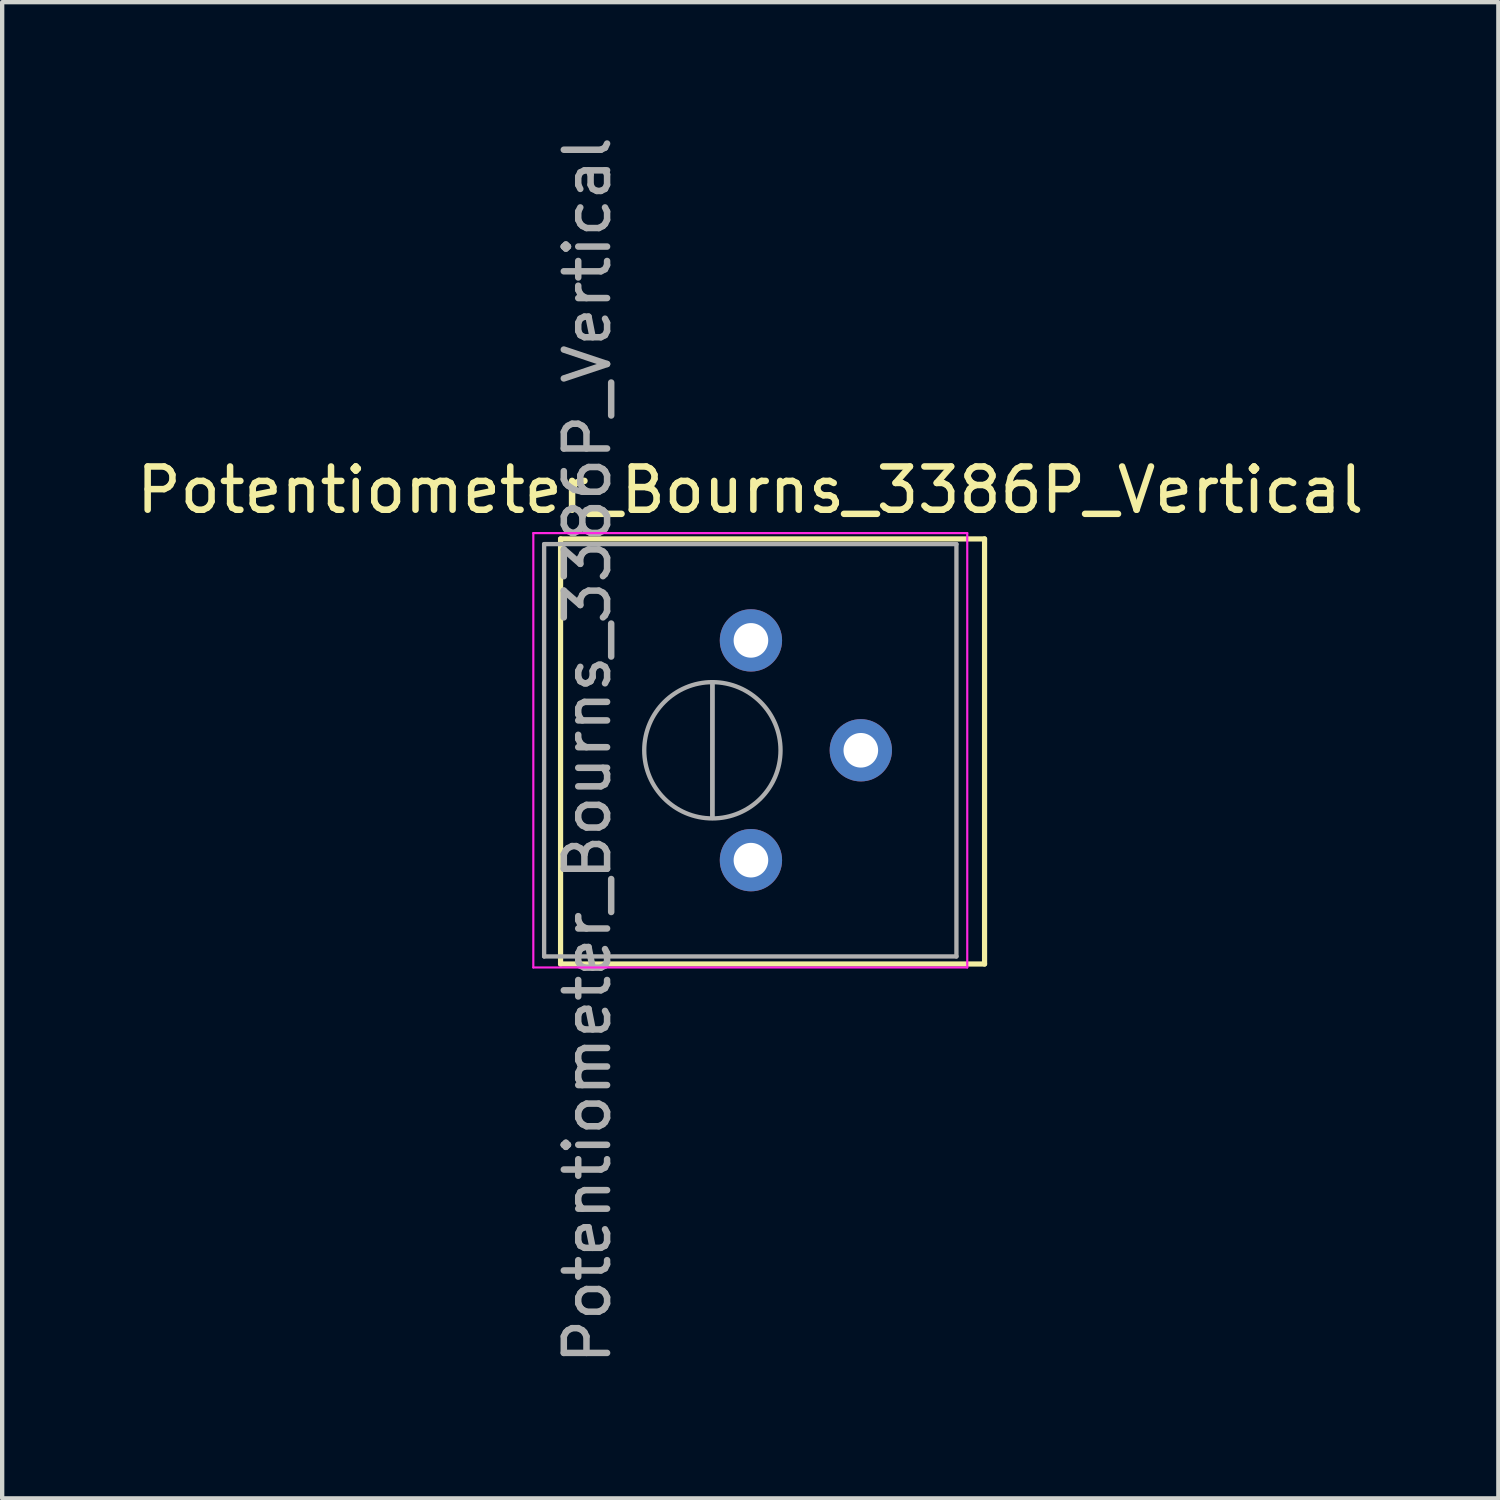
<source format=kicad_pcb>
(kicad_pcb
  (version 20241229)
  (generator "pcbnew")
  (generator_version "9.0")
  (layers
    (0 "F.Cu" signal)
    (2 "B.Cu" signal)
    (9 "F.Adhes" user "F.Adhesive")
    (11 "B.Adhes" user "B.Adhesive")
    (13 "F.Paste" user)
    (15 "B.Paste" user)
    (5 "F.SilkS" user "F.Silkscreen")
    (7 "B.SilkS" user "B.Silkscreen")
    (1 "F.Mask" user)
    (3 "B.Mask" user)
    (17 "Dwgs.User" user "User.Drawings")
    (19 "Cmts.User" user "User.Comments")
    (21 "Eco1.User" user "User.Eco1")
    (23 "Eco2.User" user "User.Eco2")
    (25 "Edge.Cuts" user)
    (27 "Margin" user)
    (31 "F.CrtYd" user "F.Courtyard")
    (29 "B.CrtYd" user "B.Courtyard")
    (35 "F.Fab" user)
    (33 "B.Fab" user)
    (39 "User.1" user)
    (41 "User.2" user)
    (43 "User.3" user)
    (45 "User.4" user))
  (footprint "Potentiometer_Bourns_3386P_Vertical"
    (layer "F.Cu")
    (at 14.307 16.832)
    (property "Reference" "Potentiometer_Bourns_3386P_Vertical" (at -0.015 -8.555 0) (layer "F.SilkS") (effects (font (size 1 1) (thickness 0.15))))
    (attr through_hole)
    (fp_line (start -4.4 -7.425) (end -4.4 2.4) (stroke (width 0.12) (type solid)) (layer "F.SilkS"))
    (fp_line (start -4.4 -7.425) (end 5.4 -7.425) (stroke (width 0.12) (type solid)) (layer "F.SilkS"))
    (fp_line (start -4.4 2.4) (end 5.4 2.4) (stroke (width 0.12) (type solid)) (layer "F.SilkS"))
    (fp_line (start 5.4 -7.425) (end 5.4 2.4) (stroke (width 0.12) (type solid)) (layer "F.SilkS"))
    (fp_line (start -5.03 -7.56) (end -5.03 2.48) (stroke (width 0.05) (type solid)) (layer "F.CrtYd"))
    (fp_line (start -5.03 2.48) (end 5 2.48) (stroke (width 0.05) (type solid)) (layer "F.CrtYd"))
    (fp_line (start 5 -7.56) (end -5.03 -7.56) (stroke (width 0.05) (type solid)) (layer "F.CrtYd"))
    (fp_line (start 5 2.48) (end 5 -7.56) (stroke (width 0.05) (type solid)) (layer "F.CrtYd"))
    (fp_line (start -4.78 -7.305) (end -4.78 2.225) (stroke (width 0.1) (type solid)) (layer "F.Fab"))
    (fp_line (start -4.78 2.225) (end 4.75 2.225) (stroke (width 0.1) (type solid)) (layer "F.Fab"))
    (fp_line (start -0.891 -0.98) (end -0.89 -4.099) (stroke (width 0.1) (type solid)) (layer "F.Fab"))
    (fp_line (start -0.891 -0.98) (end -0.89 -4.099) (stroke (width 0.1) (type solid)) (layer "F.Fab"))
    (fp_line (start 4.75 -7.305) (end -4.78 -7.305) (stroke (width 0.1) (type solid)) (layer "F.Fab"))
    (fp_line (start 4.75 2.225) (end 4.75 -7.305) (stroke (width 0.1) (type solid)) (layer "F.Fab"))
    (fp_circle (center -0.891 -2.54) (end 0.684 -2.54) (stroke (width 0.1) (type solid)) (fill no) (layer "F.Fab"))
    (fp_text user "${REFERENCE}" (at -3.78 -2.54 90) (layer "F.Fab") (effects (font (size 1 1) (thickness 0.15))))
    (pad "1" thru_hole circle (at 0 0) (size 1.44 1.44) (drill 0.8) (layers "*.Cu" "*.Mask"))
    (pad "2" thru_hole circle (at 2.54 -2.54) (size 1.44 1.44) (drill 0.8) (layers "*.Cu" "*.Mask"))
    (pad "3" thru_hole circle (at 0 -5.08) (size 1.44 1.44) (drill 0.8) (layers "*.Cu" "*.Mask")))
  (gr_rect
    (start -3 -3)
    (end 31.583 31.583)
    (stroke (width 0.1) (type default))
    (fill no)
    (layer "Edge.Cuts")))
</source>
